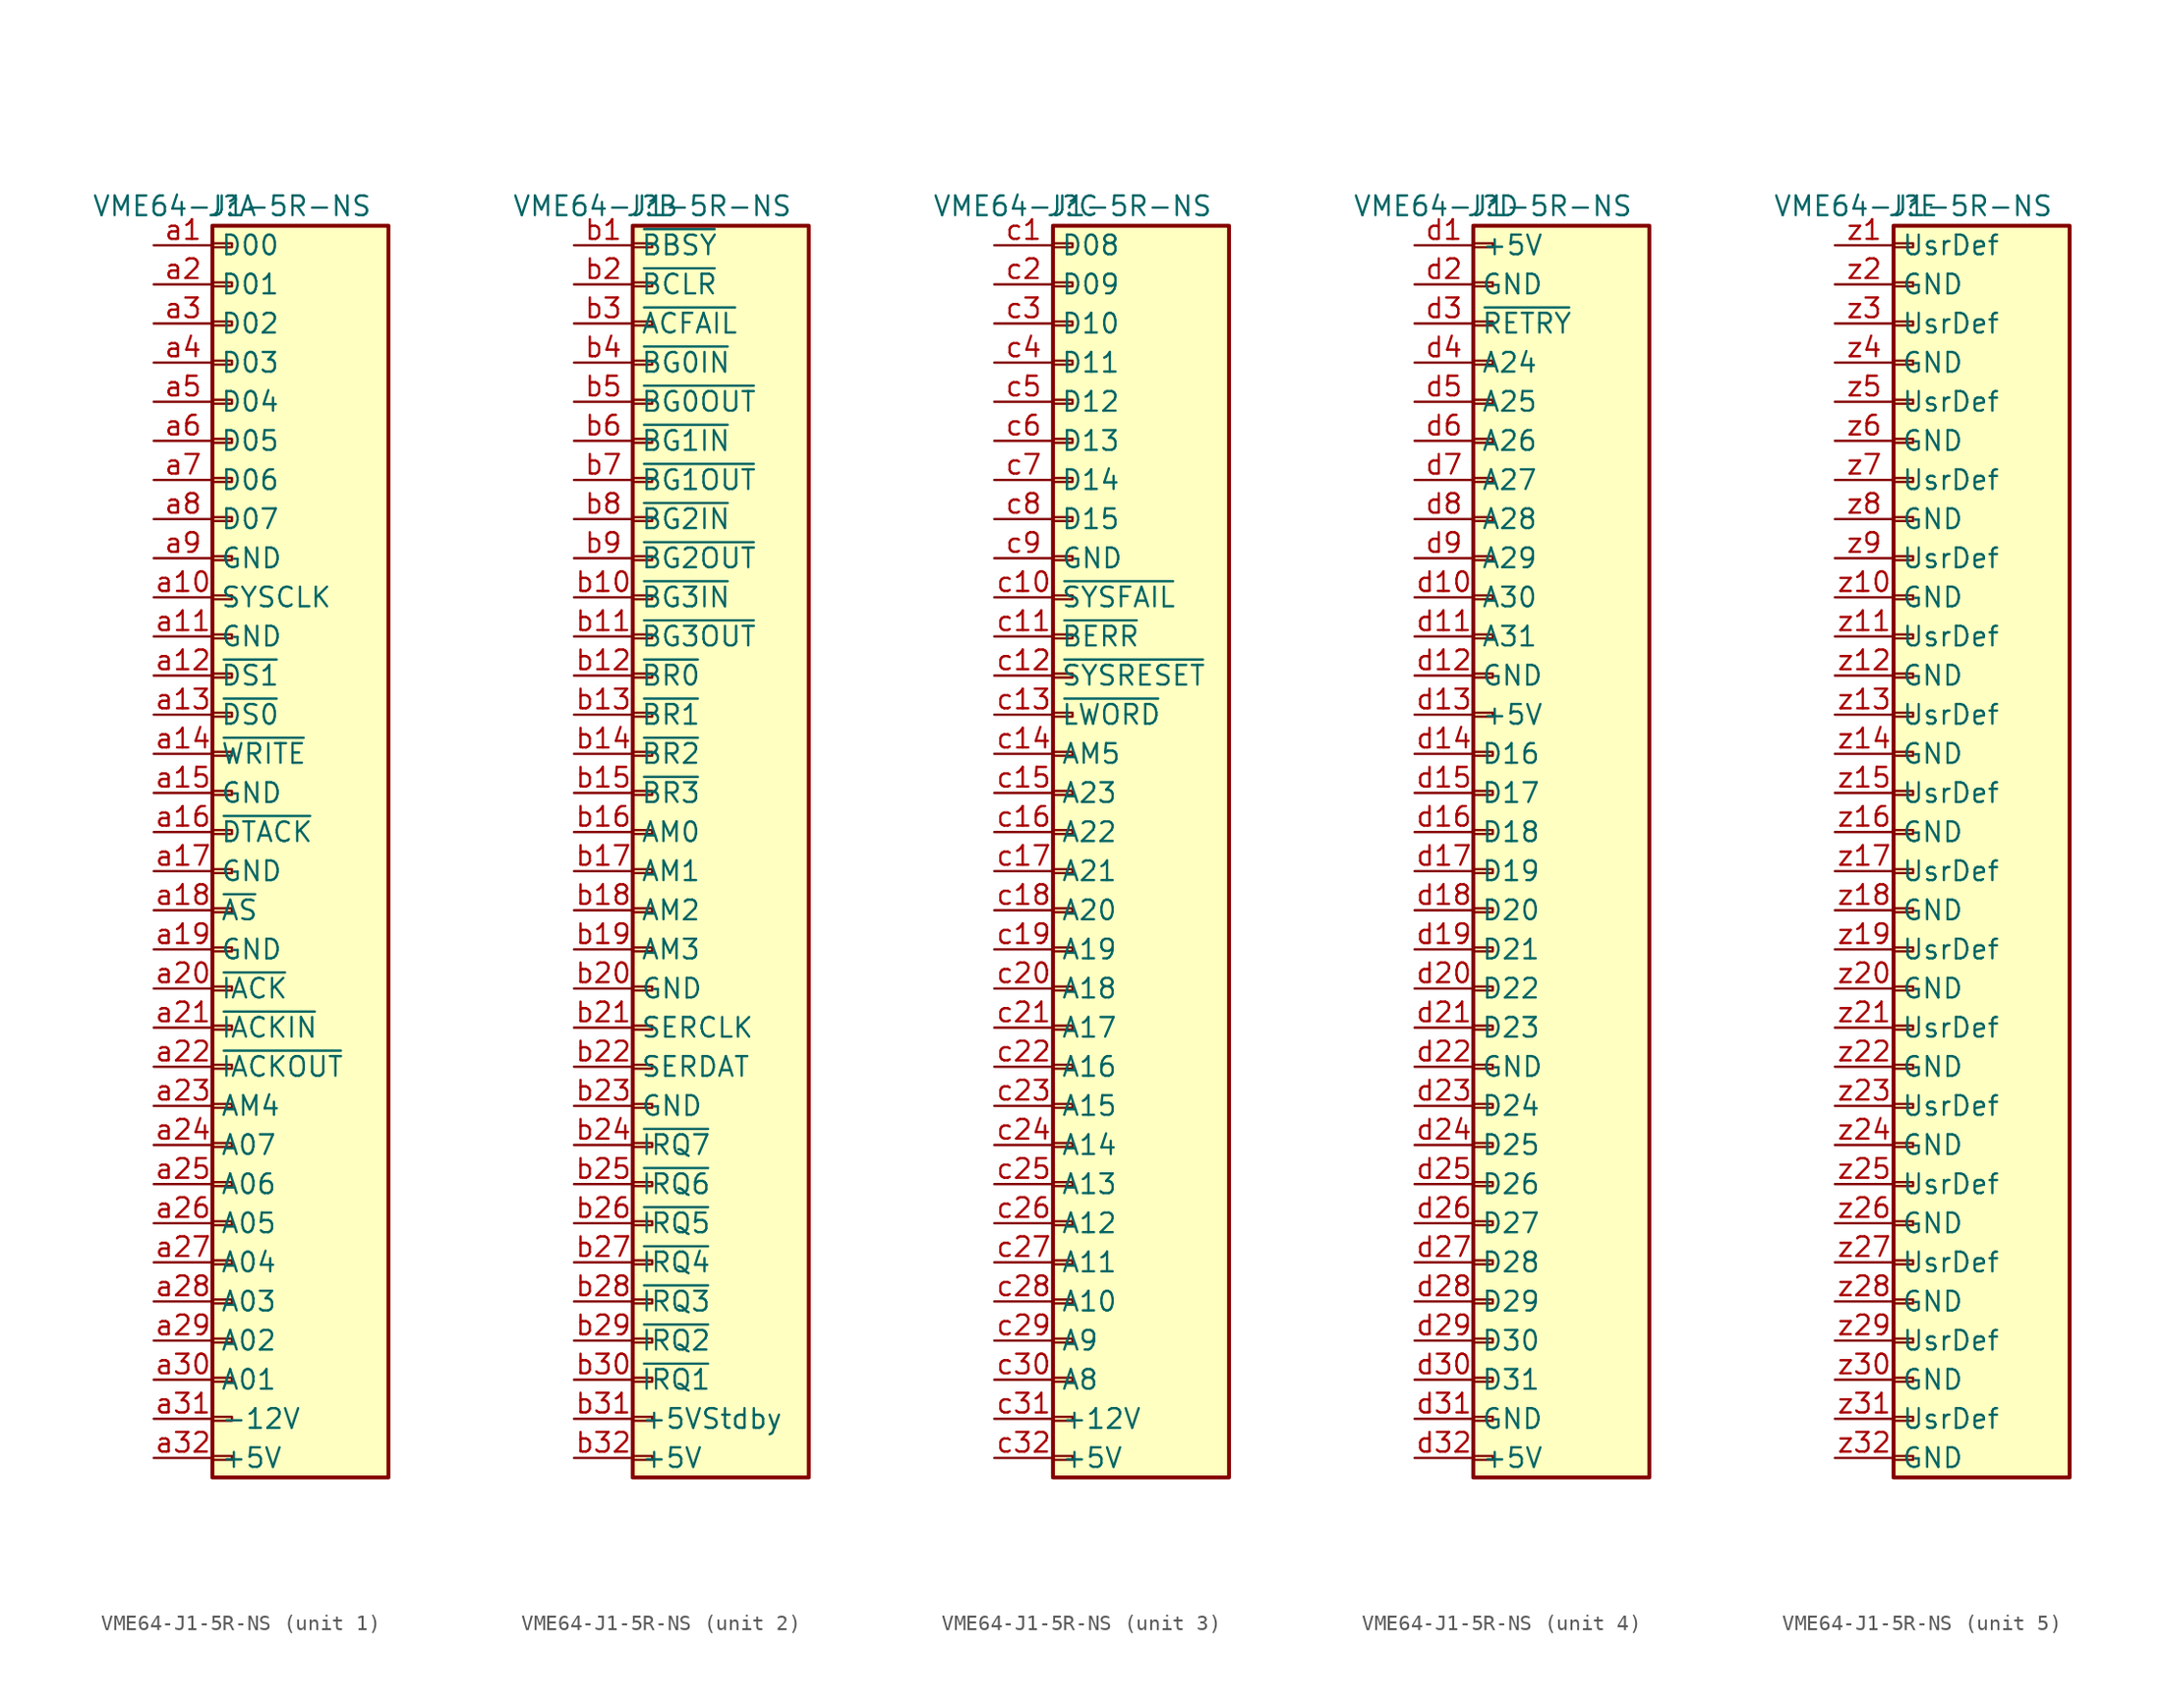
<source format=kicad_sym>
(kicad_symbol_lib
  (version 20231120)
  (generator "kicad_symbol_editor")
  (generator_version "8.0")
  (symbol "VME64-J1-5R-NS"
    (property "Reference" "J"
      (at 0 40.64 0)
      (effects (font (size 1.27 1.27))))
    (property "Value" "VME64-J1-5R-NS"
      (at 0 40.64 0)
      (effects (font (size 1.27 1.27))))
    (property "ki_locked" ""
      (at 0 0 0)
      (effects (font (size 1.27 1.27))))
    (symbol "VME64-J1-5R-NS_1_1"
      (rectangle (start -1.27 -40.513) (end 0 -40.767) (stroke (width 0.152) (type default)) (fill (type none)))
      (rectangle (start -1.27 -37.973) (end 0 -38.227) (stroke (width 0.152) (type default)) (fill (type none)))
      (rectangle (start -1.27 -35.433) (end 0 -35.687) (stroke (width 0.152) (type default)) (fill (type none)))
      (rectangle (start -1.27 -32.893) (end 0 -33.147) (stroke (width 0.152) (type default)) (fill (type none)))
      (rectangle (start -1.27 -30.353) (end 0 -30.607) (stroke (width 0.152) (type default)) (fill (type none)))
      (rectangle (start -1.27 -27.813) (end 0 -28.067) (stroke (width 0.152) (type default)) (fill (type none)))
      (rectangle (start -1.27 -25.273) (end 0 -25.527) (stroke (width 0.152) (type default)) (fill (type none)))
      (rectangle (start -1.27 -22.733) (end 0 -22.987) (stroke (width 0.152) (type default)) (fill (type none)))
      (rectangle (start -1.27 -20.193) (end 0 -20.447) (stroke (width 0.152) (type default)) (fill (type none)))
      (rectangle (start -1.27 -17.653) (end 0 -17.907) (stroke (width 0.152) (type default)) (fill (type none)))
      (rectangle (start -1.27 -15.113) (end 0 -15.367) (stroke (width 0.152) (type default)) (fill (type none)))
      (rectangle (start -1.27 -12.573) (end 0 -12.827) (stroke (width 0.152) (type default)) (fill (type none)))
      (rectangle (start -1.27 -10.033) (end 0 -10.287) (stroke (width 0.152) (type default)) (fill (type none)))
      (rectangle (start -1.27 -7.493) (end 0 -7.747) (stroke (width 0.152) (type default)) (fill (type none)))
      (rectangle (start -1.27 -4.953) (end 0 -5.207) (stroke (width 0.152) (type default)) (fill (type none)))
      (rectangle (start -1.27 -2.413) (end 0 -2.667) (stroke (width 0.152) (type default)) (fill (type none)))
      (rectangle (start -1.27 0.127) (end 0 -0.127) (stroke (width 0.152) (type default)) (fill (type none)))
      (rectangle (start -1.27 2.667) (end 0 2.413) (stroke (width 0.152) (type default)) (fill (type none)))
      (rectangle (start -1.27 5.207) (end 0 4.953) (stroke (width 0.152) (type default)) (fill (type none)))
      (rectangle (start -1.27 7.747) (end 0 7.493) (stroke (width 0.152) (type default)) (fill (type none)))
      (rectangle (start -1.27 10.287) (end 0 10.033) (stroke (width 0.152) (type default)) (fill (type none)))
      (rectangle (start -1.27 12.827) (end 0 12.573) (stroke (width 0.152) (type default)) (fill (type none)))
      (rectangle (start -1.27 15.367) (end 0 15.113) (stroke (width 0.152) (type default)) (fill (type none)))
      (rectangle (start -1.27 17.907) (end 0 17.653) (stroke (width 0.152) (type default)) (fill (type none)))
      (rectangle (start -1.27 20.447) (end 0 20.193) (stroke (width 0.152) (type default)) (fill (type none)))
      (rectangle (start -1.27 22.987) (end 0 22.733) (stroke (width 0.152) (type default)) (fill (type none)))
      (rectangle (start -1.27 25.527) (end 0 25.273) (stroke (width 0.152) (type default)) (fill (type none)))
      (rectangle (start -1.27 28.067) (end 0 27.813) (stroke (width 0.152) (type default)) (fill (type none)))
      (rectangle (start -1.27 30.607) (end 0 30.353) (stroke (width 0.152) (type default)) (fill (type none)))
      (rectangle (start -1.27 33.147) (end 0 32.893) (stroke (width 0.152) (type default)) (fill (type none)))
      (rectangle (start -1.27 35.687) (end 0 35.433) (stroke (width 0.152) (type default)) (fill (type none)))
      (rectangle (start -1.27 38.227) (end 0 37.973) (stroke (width 0.152) (type default)) (fill (type none)))
      (rectangle (start -1.27 39.37) (end 10.16 -41.91) (stroke (width 0.254) (type default)) (fill (type background)))
      (pin bidirectional line (at -5.08 38.1 0) (length 3.81) (name "D00" (effects (font (size 1.27 1.27)))) (number "a1" (effects (font (size 1.27 1.27)))))
      (pin output line (at -5.08 15.24 0) (length 3.81) (name "SYSCLK" (effects (font (size 1.27 1.27)))) (number "a10" (effects (font (size 1.27 1.27)))))
      (pin power_out line (at -5.08 12.7 0) (length 3.81) (name "GND" (effects (font (size 1.27 1.27)))) (number "a11" (effects (font (size 1.27 1.27)))))
      (pin bidirectional line (at -5.08 10.16 0) (length 3.81) (name "~{DS1}" (effects (font (size 1.27 1.27)))) (number "a12" (effects (font (size 1.27 1.27)))))
      (pin bidirectional line (at -5.08 7.62 0) (length 3.81) (name "~{DS0}" (effects (font (size 1.27 1.27)))) (number "a13" (effects (font (size 1.27 1.27)))))
      (pin bidirectional line (at -5.08 5.08 0) (length 3.81) (name "~{WRITE}" (effects (font (size 1.27 1.27)))) (number "a14" (effects (font (size 1.27 1.27)))))
      (pin power_out line (at -5.08 2.54 0) (length 3.81) (name "GND" (effects (font (size 1.27 1.27)))) (number "a15" (effects (font (size 1.27 1.27)))))
      (pin bidirectional line (at -5.08 0 0) (length 3.81) (name "~{DTACK}" (effects (font (size 1.27 1.27)))) (number "a16" (effects (font (size 1.27 1.27)))))
      (pin power_out line (at -5.08 -2.54 0) (length 3.81) (name "GND" (effects (font (size 1.27 1.27)))) (number "a17" (effects (font (size 1.27 1.27)))))
      (pin bidirectional line (at -5.08 -5.08 0) (length 3.81) (name "~{AS}" (effects (font (size 1.27 1.27)))) (number "a18" (effects (font (size 1.27 1.27)))))
      (pin power_out line (at -5.08 -7.62 0) (length 3.81) (name "GND" (effects (font (size 1.27 1.27)))) (number "a19" (effects (font (size 1.27 1.27)))))
      (pin bidirectional line (at -5.08 35.56 0) (length 3.81) (name "D01" (effects (font (size 1.27 1.27)))) (number "a2" (effects (font (size 1.27 1.27)))))
      (pin bidirectional line (at -5.08 -10.16 0) (length 3.81) (name "~{IACK}" (effects (font (size 1.27 1.27)))) (number "a20" (effects (font (size 1.27 1.27)))))
      (pin input line (at -5.08 -12.7 0) (length 3.81) (name "~{IACKIN}" (effects (font (size 1.27 1.27)))) (number "a21" (effects (font (size 1.27 1.27)))))
      (pin output line (at -5.08 -15.24 0) (length 3.81) (name "~{IACKOUT}" (effects (font (size 1.27 1.27)))) (number "a22" (effects (font (size 1.27 1.27)))))
      (pin bidirectional line (at -5.08 -17.78 0) (length 3.81) (name "AM4" (effects (font (size 1.27 1.27)))) (number "a23" (effects (font (size 1.27 1.27)))))
      (pin bidirectional line (at -5.08 -20.32 0) (length 3.81) (name "A07" (effects (font (size 1.27 1.27)))) (number "a24" (effects (font (size 1.27 1.27)))))
      (pin bidirectional line (at -5.08 -22.86 0) (length 3.81) (name "A06" (effects (font (size 1.27 1.27)))) (number "a25" (effects (font (size 1.27 1.27)))))
      (pin bidirectional line (at -5.08 -25.4 0) (length 3.81) (name "A05" (effects (font (size 1.27 1.27)))) (number "a26" (effects (font (size 1.27 1.27)))))
      (pin bidirectional line (at -5.08 -27.94 0) (length 3.81) (name "A04" (effects (font (size 1.27 1.27)))) (number "a27" (effects (font (size 1.27 1.27)))))
      (pin bidirectional line (at -5.08 -30.48 0) (length 3.81) (name "A03" (effects (font (size 1.27 1.27)))) (number "a28" (effects (font (size 1.27 1.27)))))
      (pin bidirectional line (at -5.08 -33.02 0) (length 3.81) (name "A02" (effects (font (size 1.27 1.27)))) (number "a29" (effects (font (size 1.27 1.27)))))
      (pin bidirectional line (at -5.08 33.02 0) (length 3.81) (name "D02" (effects (font (size 1.27 1.27)))) (number "a3" (effects (font (size 1.27 1.27)))))
      (pin bidirectional line (at -5.08 -35.56 0) (length 3.81) (name "A01" (effects (font (size 1.27 1.27)))) (number "a30" (effects (font (size 1.27 1.27)))))
      (pin power_out line (at -5.08 -38.1 0) (length 3.81) (name "-12V" (effects (font (size 1.27 1.27)))) (number "a31" (effects (font (size 1.27 1.27)))))
      (pin power_out line (at -5.08 -40.64 0) (length 3.81) (name "+5V" (effects (font (size 1.27 1.27)))) (number "a32" (effects (font (size 1.27 1.27)))))
      (pin bidirectional line (at -5.08 30.48 0) (length 3.81) (name "D03" (effects (font (size 1.27 1.27)))) (number "a4" (effects (font (size 1.27 1.27)))))
      (pin bidirectional line (at -5.08 27.94 0) (length 3.81) (name "D04" (effects (font (size 1.27 1.27)))) (number "a5" (effects (font (size 1.27 1.27)))))
      (pin bidirectional line (at -5.08 25.4 0) (length 3.81) (name "D05" (effects (font (size 1.27 1.27)))) (number "a6" (effects (font (size 1.27 1.27)))))
      (pin bidirectional line (at -5.08 22.86 0) (length 3.81) (name "D06" (effects (font (size 1.27 1.27)))) (number "a7" (effects (font (size 1.27 1.27)))))
      (pin bidirectional line (at -5.08 20.32 0) (length 3.81) (name "D07" (effects (font (size 1.27 1.27)))) (number "a8" (effects (font (size 1.27 1.27)))))
      (pin power_out line (at -5.08 17.78 0) (length 3.81) (name "GND" (effects (font (size 1.27 1.27)))) (number "a9" (effects (font (size 1.27 1.27))))))
    (symbol "VME64-J1-5R-NS_2_1"
      (rectangle (start -1.27 -40.513) (end 0 -40.767) (stroke (width 0.152) (type default)) (fill (type none)))
      (rectangle (start -1.27 -37.973) (end 0 -38.227) (stroke (width 0.152) (type default)) (fill (type none)))
      (rectangle (start -1.27 -35.433) (end 0 -35.687) (stroke (width 0.152) (type default)) (fill (type none)))
      (rectangle (start -1.27 -32.893) (end 0 -33.147) (stroke (width 0.152) (type default)) (fill (type none)))
      (rectangle (start -1.27 -30.353) (end 0 -30.607) (stroke (width 0.152) (type default)) (fill (type none)))
      (rectangle (start -1.27 -27.813) (end 0 -28.067) (stroke (width 0.152) (type default)) (fill (type none)))
      (rectangle (start -1.27 -25.273) (end 0 -25.527) (stroke (width 0.152) (type default)) (fill (type none)))
      (rectangle (start -1.27 -22.733) (end 0 -22.987) (stroke (width 0.152) (type default)) (fill (type none)))
      (rectangle (start -1.27 -20.193) (end 0 -20.447) (stroke (width 0.152) (type default)) (fill (type none)))
      (rectangle (start -1.27 -17.653) (end 0 -17.907) (stroke (width 0.152) (type default)) (fill (type none)))
      (rectangle (start -1.27 -15.113) (end 0 -15.367) (stroke (width 0.152) (type default)) (fill (type none)))
      (rectangle (start -1.27 -12.573) (end 0 -12.827) (stroke (width 0.152) (type default)) (fill (type none)))
      (rectangle (start -1.27 -10.033) (end 0 -10.287) (stroke (width 0.152) (type default)) (fill (type none)))
      (rectangle (start -1.27 -7.493) (end 0 -7.747) (stroke (width 0.152) (type default)) (fill (type none)))
      (rectangle (start -1.27 -4.953) (end 0 -5.207) (stroke (width 0.152) (type default)) (fill (type none)))
      (rectangle (start -1.27 -2.413) (end 0 -2.667) (stroke (width 0.152) (type default)) (fill (type none)))
      (rectangle (start -1.27 0.127) (end 0 -0.127) (stroke (width 0.152) (type default)) (fill (type none)))
      (rectangle (start -1.27 2.667) (end 0 2.413) (stroke (width 0.152) (type default)) (fill (type none)))
      (rectangle (start -1.27 5.207) (end 0 4.953) (stroke (width 0.152) (type default)) (fill (type none)))
      (rectangle (start -1.27 7.747) (end 0 7.493) (stroke (width 0.152) (type default)) (fill (type none)))
      (rectangle (start -1.27 10.287) (end 0 10.033) (stroke (width 0.152) (type default)) (fill (type none)))
      (rectangle (start -1.27 12.827) (end 0 12.573) (stroke (width 0.152) (type default)) (fill (type none)))
      (rectangle (start -1.27 15.367) (end 0 15.113) (stroke (width 0.152) (type default)) (fill (type none)))
      (rectangle (start -1.27 17.907) (end 0 17.653) (stroke (width 0.152) (type default)) (fill (type none)))
      (rectangle (start -1.27 20.447) (end 0 20.193) (stroke (width 0.152) (type default)) (fill (type none)))
      (rectangle (start -1.27 22.987) (end 0 22.733) (stroke (width 0.152) (type default)) (fill (type none)))
      (rectangle (start -1.27 25.527) (end 0 25.273) (stroke (width 0.152) (type default)) (fill (type none)))
      (rectangle (start -1.27 28.067) (end 0 27.813) (stroke (width 0.152) (type default)) (fill (type none)))
      (rectangle (start -1.27 30.607) (end 0 30.353) (stroke (width 0.152) (type default)) (fill (type none)))
      (rectangle (start -1.27 33.147) (end 0 32.893) (stroke (width 0.152) (type default)) (fill (type none)))
      (rectangle (start -1.27 35.687) (end 0 35.433) (stroke (width 0.152) (type default)) (fill (type none)))
      (rectangle (start -1.27 38.227) (end 0 37.973) (stroke (width 0.152) (type default)) (fill (type none)))
      (rectangle (start -1.27 39.37) (end 10.16 -41.91) (stroke (width 0.254) (type default)) (fill (type background)))
      (pin bidirectional line (at -5.08 38.1 0) (length 3.81) (name "~{BBSY}" (effects (font (size 1.27 1.27)))) (number "b1" (effects (font (size 1.27 1.27)))))
      (pin input line (at -5.08 15.24 0) (length 3.81) (name "~{BG3IN}" (effects (font (size 1.27 1.27)))) (number "b10" (effects (font (size 1.27 1.27)))))
      (pin output line (at -5.08 12.7 0) (length 3.81) (name "~{BG3OUT}" (effects (font (size 1.27 1.27)))) (number "b11" (effects (font (size 1.27 1.27)))))
      (pin bidirectional line (at -5.08 10.16 0) (length 3.81) (name "~{BR0}" (effects (font (size 1.27 1.27)))) (number "b12" (effects (font (size 1.27 1.27)))))
      (pin bidirectional line (at -5.08 7.62 0) (length 3.81) (name "~{BR1}" (effects (font (size 1.27 1.27)))) (number "b13" (effects (font (size 1.27 1.27)))))
      (pin bidirectional line (at -5.08 5.08 0) (length 3.81) (name "~{BR2}" (effects (font (size 1.27 1.27)))) (number "b14" (effects (font (size 1.27 1.27)))))
      (pin bidirectional line (at -5.08 2.54 0) (length 3.81) (name "~{BR3}" (effects (font (size 1.27 1.27)))) (number "b15" (effects (font (size 1.27 1.27)))))
      (pin bidirectional line (at -5.08 0 0) (length 3.81) (name "AM0" (effects (font (size 1.27 1.27)))) (number "b16" (effects (font (size 1.27 1.27)))))
      (pin bidirectional line (at -5.08 -2.54 0) (length 3.81) (name "AM1" (effects (font (size 1.27 1.27)))) (number "b17" (effects (font (size 1.27 1.27)))))
      (pin bidirectional line (at -5.08 -5.08 0) (length 3.81) (name "AM2" (effects (font (size 1.27 1.27)))) (number "b18" (effects (font (size 1.27 1.27)))))
      (pin bidirectional line (at -5.08 -7.62 0) (length 3.81) (name "AM3" (effects (font (size 1.27 1.27)))) (number "b19" (effects (font (size 1.27 1.27)))))
      (pin bidirectional line (at -5.08 35.56 0) (length 3.81) (name "~{BCLR}" (effects (font (size 1.27 1.27)))) (number "b2" (effects (font (size 1.27 1.27)))))
      (pin power_out line (at -5.08 -10.16 0) (length 3.81) (name "GND" (effects (font (size 1.27 1.27)))) (number "b20" (effects (font (size 1.27 1.27)))))
      (pin bidirectional line (at -5.08 -12.7 0) (length 3.81) (name "SERCLK" (effects (font (size 1.27 1.27)))) (number "b21" (effects (font (size 1.27 1.27)))))
      (pin bidirectional line (at -5.08 -15.24 0) (length 3.81) (name "SERDAT" (effects (font (size 1.27 1.27)))) (number "b22" (effects (font (size 1.27 1.27)))))
      (pin power_out line (at -5.08 -17.78 0) (length 3.81) (name "GND" (effects (font (size 1.27 1.27)))) (number "b23" (effects (font (size 1.27 1.27)))))
      (pin bidirectional line (at -5.08 -20.32 0) (length 3.81) (name "~{IRQ7}" (effects (font (size 1.27 1.27)))) (number "b24" (effects (font (size 1.27 1.27)))))
      (pin bidirectional line (at -5.08 -22.86 0) (length 3.81) (name "~{IRQ6}" (effects (font (size 1.27 1.27)))) (number "b25" (effects (font (size 1.27 1.27)))))
      (pin bidirectional line (at -5.08 -25.4 0) (length 3.81) (name "~{IRQ5}" (effects (font (size 1.27 1.27)))) (number "b26" (effects (font (size 1.27 1.27)))))
      (pin bidirectional line (at -5.08 -27.94 0) (length 3.81) (name "~{IRQ4}" (effects (font (size 1.27 1.27)))) (number "b27" (effects (font (size 1.27 1.27)))))
      (pin bidirectional line (at -5.08 -30.48 0) (length 3.81) (name "~{IRQ3}" (effects (font (size 1.27 1.27)))) (number "b28" (effects (font (size 1.27 1.27)))))
      (pin bidirectional line (at -5.08 -33.02 0) (length 3.81) (name "~{IRQ2}" (effects (font (size 1.27 1.27)))) (number "b29" (effects (font (size 1.27 1.27)))))
      (pin output line (at -5.08 33.02 0) (length 3.81) (name "~{ACFAIL}" (effects (font (size 1.27 1.27)))) (number "b3" (effects (font (size 1.27 1.27)))))
      (pin bidirectional line (at -5.08 -35.56 0) (length 3.81) (name "~{IRQ1}" (effects (font (size 1.27 1.27)))) (number "b30" (effects (font (size 1.27 1.27)))))
      (pin power_out line (at -5.08 -38.1 0) (length 3.81) (name "+5VStdby" (effects (font (size 1.27 1.27)))) (number "b31" (effects (font (size 1.27 1.27)))))
      (pin power_out line (at -5.08 -40.64 0) (length 3.81) (name "+5V" (effects (font (size 1.27 1.27)))) (number "b32" (effects (font (size 1.27 1.27)))))
      (pin input line (at -5.08 30.48 0) (length 3.81) (name "~{BG0IN}" (effects (font (size 1.27 1.27)))) (number "b4" (effects (font (size 1.27 1.27)))))
      (pin output line (at -5.08 27.94 0) (length 3.81) (name "~{BG0OUT}" (effects (font (size 1.27 1.27)))) (number "b5" (effects (font (size 1.27 1.27)))))
      (pin input line (at -5.08 25.4 0) (length 3.81) (name "~{BG1IN}" (effects (font (size 1.27 1.27)))) (number "b6" (effects (font (size 1.27 1.27)))))
      (pin output line (at -5.08 22.86 0) (length 3.81) (name "~{BG1OUT}" (effects (font (size 1.27 1.27)))) (number "b7" (effects (font (size 1.27 1.27)))))
      (pin input line (at -5.08 20.32 0) (length 3.81) (name "~{BG2IN}" (effects (font (size 1.27 1.27)))) (number "b8" (effects (font (size 1.27 1.27)))))
      (pin output line (at -5.08 17.78 0) (length 3.81) (name "~{BG2OUT}" (effects (font (size 1.27 1.27)))) (number "b9" (effects (font (size 1.27 1.27))))))
    (symbol "VME64-J1-5R-NS_3_1"
      (rectangle (start -1.27 -40.513) (end 0 -40.767) (stroke (width 0.152) (type default)) (fill (type none)))
      (rectangle (start -1.27 -37.973) (end 0 -38.227) (stroke (width 0.152) (type default)) (fill (type none)))
      (rectangle (start -1.27 -35.433) (end 0 -35.687) (stroke (width 0.152) (type default)) (fill (type none)))
      (rectangle (start -1.27 -32.893) (end 0 -33.147) (stroke (width 0.152) (type default)) (fill (type none)))
      (rectangle (start -1.27 -30.353) (end 0 -30.607) (stroke (width 0.152) (type default)) (fill (type none)))
      (rectangle (start -1.27 -27.813) (end 0 -28.067) (stroke (width 0.152) (type default)) (fill (type none)))
      (rectangle (start -1.27 -25.273) (end 0 -25.527) (stroke (width 0.152) (type default)) (fill (type none)))
      (rectangle (start -1.27 -22.733) (end 0 -22.987) (stroke (width 0.152) (type default)) (fill (type none)))
      (rectangle (start -1.27 -20.193) (end 0 -20.447) (stroke (width 0.152) (type default)) (fill (type none)))
      (rectangle (start -1.27 -17.653) (end 0 -17.907) (stroke (width 0.152) (type default)) (fill (type none)))
      (rectangle (start -1.27 -15.113) (end 0 -15.367) (stroke (width 0.152) (type default)) (fill (type none)))
      (rectangle (start -1.27 -12.573) (end 0 -12.827) (stroke (width 0.152) (type default)) (fill (type none)))
      (rectangle (start -1.27 -10.033) (end 0 -10.287) (stroke (width 0.152) (type default)) (fill (type none)))
      (rectangle (start -1.27 -7.493) (end 0 -7.747) (stroke (width 0.152) (type default)) (fill (type none)))
      (rectangle (start -1.27 -4.953) (end 0 -5.207) (stroke (width 0.152) (type default)) (fill (type none)))
      (rectangle (start -1.27 -2.413) (end 0 -2.667) (stroke (width 0.152) (type default)) (fill (type none)))
      (rectangle (start -1.27 0.127) (end 0 -0.127) (stroke (width 0.152) (type default)) (fill (type none)))
      (rectangle (start -1.27 2.667) (end 0 2.413) (stroke (width 0.152) (type default)) (fill (type none)))
      (rectangle (start -1.27 5.207) (end 0 4.953) (stroke (width 0.152) (type default)) (fill (type none)))
      (rectangle (start -1.27 7.747) (end 0 7.493) (stroke (width 0.152) (type default)) (fill (type none)))
      (rectangle (start -1.27 10.287) (end 0 10.033) (stroke (width 0.152) (type default)) (fill (type none)))
      (rectangle (start -1.27 12.827) (end 0 12.573) (stroke (width 0.152) (type default)) (fill (type none)))
      (rectangle (start -1.27 15.367) (end 0 15.113) (stroke (width 0.152) (type default)) (fill (type none)))
      (rectangle (start -1.27 17.907) (end 0 17.653) (stroke (width 0.152) (type default)) (fill (type none)))
      (rectangle (start -1.27 20.447) (end 0 20.193) (stroke (width 0.152) (type default)) (fill (type none)))
      (rectangle (start -1.27 22.987) (end 0 22.733) (stroke (width 0.152) (type default)) (fill (type none)))
      (rectangle (start -1.27 25.527) (end 0 25.273) (stroke (width 0.152) (type default)) (fill (type none)))
      (rectangle (start -1.27 28.067) (end 0 27.813) (stroke (width 0.152) (type default)) (fill (type none)))
      (rectangle (start -1.27 30.607) (end 0 30.353) (stroke (width 0.152) (type default)) (fill (type none)))
      (rectangle (start -1.27 33.147) (end 0 32.893) (stroke (width 0.152) (type default)) (fill (type none)))
      (rectangle (start -1.27 35.687) (end 0 35.433) (stroke (width 0.152) (type default)) (fill (type none)))
      (rectangle (start -1.27 38.227) (end 0 37.973) (stroke (width 0.152) (type default)) (fill (type none)))
      (rectangle (start -1.27 39.37) (end 10.16 -41.91) (stroke (width 0.254) (type default)) (fill (type background)))
      (pin bidirectional line (at -5.08 38.1 0) (length 3.81) (name "D08" (effects (font (size 1.27 1.27)))) (number "c1" (effects (font (size 1.27 1.27)))))
      (pin bidirectional line (at -5.08 15.24 0) (length 3.81) (name "~{SYSFAIL}" (effects (font (size 1.27 1.27)))) (number "c10" (effects (font (size 1.27 1.27)))))
      (pin bidirectional line (at -5.08 12.7 0) (length 3.81) (name "~{BERR}" (effects (font (size 1.27 1.27)))) (number "c11" (effects (font (size 1.27 1.27)))))
      (pin bidirectional line (at -5.08 10.16 0) (length 3.81) (name "~{SYSRESET}" (effects (font (size 1.27 1.27)))) (number "c12" (effects (font (size 1.27 1.27)))))
      (pin bidirectional line (at -5.08 7.62 0) (length 3.81) (name "~{LWORD}" (effects (font (size 1.27 1.27)))) (number "c13" (effects (font (size 1.27 1.27)))))
      (pin bidirectional line (at -5.08 5.08 0) (length 3.81) (name "AM5" (effects (font (size 1.27 1.27)))) (number "c14" (effects (font (size 1.27 1.27)))))
      (pin bidirectional line (at -5.08 2.54 0) (length 3.81) (name "A23" (effects (font (size 1.27 1.27)))) (number "c15" (effects (font (size 1.27 1.27)))))
      (pin bidirectional line (at -5.08 0 0) (length 3.81) (name "A22" (effects (font (size 1.27 1.27)))) (number "c16" (effects (font (size 1.27 1.27)))))
      (pin bidirectional line (at -5.08 -2.54 0) (length 3.81) (name "A21" (effects (font (size 1.27 1.27)))) (number "c17" (effects (font (size 1.27 1.27)))))
      (pin bidirectional line (at -5.08 -5.08 0) (length 3.81) (name "A20" (effects (font (size 1.27 1.27)))) (number "c18" (effects (font (size 1.27 1.27)))))
      (pin bidirectional line (at -5.08 -7.62 0) (length 3.81) (name "A19" (effects (font (size 1.27 1.27)))) (number "c19" (effects (font (size 1.27 1.27)))))
      (pin bidirectional line (at -5.08 35.56 0) (length 3.81) (name "D09" (effects (font (size 1.27 1.27)))) (number "c2" (effects (font (size 1.27 1.27)))))
      (pin bidirectional line (at -5.08 -10.16 0) (length 3.81) (name "A18" (effects (font (size 1.27 1.27)))) (number "c20" (effects (font (size 1.27 1.27)))))
      (pin bidirectional line (at -5.08 -12.7 0) (length 3.81) (name "A17" (effects (font (size 1.27 1.27)))) (number "c21" (effects (font (size 1.27 1.27)))))
      (pin bidirectional line (at -5.08 -15.24 0) (length 3.81) (name "A16" (effects (font (size 1.27 1.27)))) (number "c22" (effects (font (size 1.27 1.27)))))
      (pin bidirectional line (at -5.08 -17.78 0) (length 3.81) (name "A15" (effects (font (size 1.27 1.27)))) (number "c23" (effects (font (size 1.27 1.27)))))
      (pin bidirectional line (at -5.08 -20.32 0) (length 3.81) (name "A14" (effects (font (size 1.27 1.27)))) (number "c24" (effects (font (size 1.27 1.27)))))
      (pin bidirectional line (at -5.08 -22.86 0) (length 3.81) (name "A13" (effects (font (size 1.27 1.27)))) (number "c25" (effects (font (size 1.27 1.27)))))
      (pin bidirectional line (at -5.08 -25.4 0) (length 3.81) (name "A12" (effects (font (size 1.27 1.27)))) (number "c26" (effects (font (size 1.27 1.27)))))
      (pin bidirectional line (at -5.08 -27.94 0) (length 3.81) (name "A11" (effects (font (size 1.27 1.27)))) (number "c27" (effects (font (size 1.27 1.27)))))
      (pin bidirectional line (at -5.08 -30.48 0) (length 3.81) (name "A10" (effects (font (size 1.27 1.27)))) (number "c28" (effects (font (size 1.27 1.27)))))
      (pin bidirectional line (at -5.08 -33.02 0) (length 3.81) (name "A9" (effects (font (size 1.27 1.27)))) (number "c29" (effects (font (size 1.27 1.27)))))
      (pin bidirectional line (at -5.08 33.02 0) (length 3.81) (name "D10" (effects (font (size 1.27 1.27)))) (number "c3" (effects (font (size 1.27 1.27)))))
      (pin bidirectional line (at -5.08 -35.56 0) (length 3.81) (name "A8" (effects (font (size 1.27 1.27)))) (number "c30" (effects (font (size 1.27 1.27)))))
      (pin power_out line (at -5.08 -38.1 0) (length 3.81) (name "+12V" (effects (font (size 1.27 1.27)))) (number "c31" (effects (font (size 1.27 1.27)))))
      (pin power_out line (at -5.08 -40.64 0) (length 3.81) (name "+5V" (effects (font (size 1.27 1.27)))) (number "c32" (effects (font (size 1.27 1.27)))))
      (pin bidirectional line (at -5.08 30.48 0) (length 3.81) (name "D11" (effects (font (size 1.27 1.27)))) (number "c4" (effects (font (size 1.27 1.27)))))
      (pin bidirectional line (at -5.08 27.94 0) (length 3.81) (name "D12" (effects (font (size 1.27 1.27)))) (number "c5" (effects (font (size 1.27 1.27)))))
      (pin bidirectional line (at -5.08 25.4 0) (length 3.81) (name "D13" (effects (font (size 1.27 1.27)))) (number "c6" (effects (font (size 1.27 1.27)))))
      (pin bidirectional line (at -5.08 22.86 0) (length 3.81) (name "D14" (effects (font (size 1.27 1.27)))) (number "c7" (effects (font (size 1.27 1.27)))))
      (pin bidirectional line (at -5.08 20.32 0) (length 3.81) (name "D15" (effects (font (size 1.27 1.27)))) (number "c8" (effects (font (size 1.27 1.27)))))
      (pin power_out line (at -5.08 17.78 0) (length 3.81) (name "GND" (effects (font (size 1.27 1.27)))) (number "c9" (effects (font (size 1.27 1.27))))))
    (symbol "VME64-J1-5R-NS_4_1"
      (rectangle (start -1.27 -40.513) (end 0 -40.767) (stroke (width 0.152) (type default)) (fill (type none)))
      (rectangle (start -1.27 -37.973) (end 0 -38.227) (stroke (width 0.152) (type default)) (fill (type none)))
      (rectangle (start -1.27 -35.433) (end 0 -35.687) (stroke (width 0.152) (type default)) (fill (type none)))
      (rectangle (start -1.27 -32.893) (end 0 -33.147) (stroke (width 0.152) (type default)) (fill (type none)))
      (rectangle (start -1.27 -30.353) (end 0 -30.607) (stroke (width 0.152) (type default)) (fill (type none)))
      (rectangle (start -1.27 -27.813) (end 0 -28.067) (stroke (width 0.152) (type default)) (fill (type none)))
      (rectangle (start -1.27 -25.273) (end 0 -25.527) (stroke (width 0.152) (type default)) (fill (type none)))
      (rectangle (start -1.27 -22.733) (end 0 -22.987) (stroke (width 0.152) (type default)) (fill (type none)))
      (rectangle (start -1.27 -20.193) (end 0 -20.447) (stroke (width 0.152) (type default)) (fill (type none)))
      (rectangle (start -1.27 -17.653) (end 0 -17.907) (stroke (width 0.152) (type default)) (fill (type none)))
      (rectangle (start -1.27 -15.113) (end 0 -15.367) (stroke (width 0.152) (type default)) (fill (type none)))
      (rectangle (start -1.27 -12.573) (end 0 -12.827) (stroke (width 0.152) (type default)) (fill (type none)))
      (rectangle (start -1.27 -10.033) (end 0 -10.287) (stroke (width 0.152) (type default)) (fill (type none)))
      (rectangle (start -1.27 -7.493) (end 0 -7.747) (stroke (width 0.152) (type default)) (fill (type none)))
      (rectangle (start -1.27 -4.953) (end 0 -5.207) (stroke (width 0.152) (type default)) (fill (type none)))
      (rectangle (start -1.27 -2.413) (end 0 -2.667) (stroke (width 0.152) (type default)) (fill (type none)))
      (rectangle (start -1.27 0.127) (end 0 -0.127) (stroke (width 0.152) (type default)) (fill (type none)))
      (rectangle (start -1.27 2.667) (end 0 2.413) (stroke (width 0.152) (type default)) (fill (type none)))
      (rectangle (start -1.27 5.207) (end 0 4.953) (stroke (width 0.152) (type default)) (fill (type none)))
      (rectangle (start -1.27 7.747) (end 0 7.493) (stroke (width 0.152) (type default)) (fill (type none)))
      (rectangle (start -1.27 10.287) (end 0 10.033) (stroke (width 0.152) (type default)) (fill (type none)))
      (rectangle (start -1.27 12.827) (end 0 12.573) (stroke (width 0.152) (type default)) (fill (type none)))
      (rectangle (start -1.27 15.367) (end 0 15.113) (stroke (width 0.152) (type default)) (fill (type none)))
      (rectangle (start -1.27 17.907) (end 0 17.653) (stroke (width 0.152) (type default)) (fill (type none)))
      (rectangle (start -1.27 20.447) (end 0 20.193) (stroke (width 0.152) (type default)) (fill (type none)))
      (rectangle (start -1.27 22.987) (end 0 22.733) (stroke (width 0.152) (type default)) (fill (type none)))
      (rectangle (start -1.27 25.527) (end 0 25.273) (stroke (width 0.152) (type default)) (fill (type none)))
      (rectangle (start -1.27 28.067) (end 0 27.813) (stroke (width 0.152) (type default)) (fill (type none)))
      (rectangle (start -1.27 30.607) (end 0 30.353) (stroke (width 0.152) (type default)) (fill (type none)))
      (rectangle (start -1.27 33.147) (end 0 32.893) (stroke (width 0.152) (type default)) (fill (type none)))
      (rectangle (start -1.27 35.687) (end 0 35.433) (stroke (width 0.152) (type default)) (fill (type none)))
      (rectangle (start -1.27 38.227) (end 0 37.973) (stroke (width 0.152) (type default)) (fill (type none)))
      (rectangle (start -1.27 39.37) (end 10.16 -41.91) (stroke (width 0.254) (type default)) (fill (type background)))
      (pin power_out line (at -5.08 38.1 0) (length 3.81) (name "+5V" (effects (font (size 1.27 1.27)))) (number "d1" (effects (font (size 1.27 1.27)))))
      (pin bidirectional line (at -5.08 15.24 0) (length 3.81) (name "A30" (effects (font (size 1.27 1.27)))) (number "d10" (effects (font (size 1.27 1.27)))))
      (pin bidirectional line (at -5.08 12.7 0) (length 3.81) (name "A31" (effects (font (size 1.27 1.27)))) (number "d11" (effects (font (size 1.27 1.27)))))
      (pin power_out line (at -5.08 10.16 0) (length 3.81) (name "GND" (effects (font (size 1.27 1.27)))) (number "d12" (effects (font (size 1.27 1.27)))))
      (pin power_out line (at -5.08 7.62 0) (length 3.81) (name "+5V" (effects (font (size 1.27 1.27)))) (number "d13" (effects (font (size 1.27 1.27)))))
      (pin bidirectional line (at -5.08 5.08 0) (length 3.81) (name "D16" (effects (font (size 1.27 1.27)))) (number "d14" (effects (font (size 1.27 1.27)))))
      (pin bidirectional line (at -5.08 2.54 0) (length 3.81) (name "D17" (effects (font (size 1.27 1.27)))) (number "d15" (effects (font (size 1.27 1.27)))))
      (pin bidirectional line (at -5.08 0 0) (length 3.81) (name "D18" (effects (font (size 1.27 1.27)))) (number "d16" (effects (font (size 1.27 1.27)))))
      (pin bidirectional line (at -5.08 -2.54 0) (length 3.81) (name "D19" (effects (font (size 1.27 1.27)))) (number "d17" (effects (font (size 1.27 1.27)))))
      (pin bidirectional line (at -5.08 -5.08 0) (length 3.81) (name "D20" (effects (font (size 1.27 1.27)))) (number "d18" (effects (font (size 1.27 1.27)))))
      (pin bidirectional line (at -5.08 -7.62 0) (length 3.81) (name "D21" (effects (font (size 1.27 1.27)))) (number "d19" (effects (font (size 1.27 1.27)))))
      (pin power_out line (at -5.08 35.56 0) (length 3.81) (name "GND" (effects (font (size 1.27 1.27)))) (number "d2" (effects (font (size 1.27 1.27)))))
      (pin bidirectional line (at -5.08 -10.16 0) (length 3.81) (name "D22" (effects (font (size 1.27 1.27)))) (number "d20" (effects (font (size 1.27 1.27)))))
      (pin bidirectional line (at -5.08 -12.7 0) (length 3.81) (name "D23" (effects (font (size 1.27 1.27)))) (number "d21" (effects (font (size 1.27 1.27)))))
      (pin power_out line (at -5.08 -15.24 0) (length 3.81) (name "GND" (effects (font (size 1.27 1.27)))) (number "d22" (effects (font (size 1.27 1.27)))))
      (pin bidirectional line (at -5.08 -17.78 0) (length 3.81) (name "D24" (effects (font (size 1.27 1.27)))) (number "d23" (effects (font (size 1.27 1.27)))))
      (pin bidirectional line (at -5.08 -20.32 0) (length 3.81) (name "D25" (effects (font (size 1.27 1.27)))) (number "d24" (effects (font (size 1.27 1.27)))))
      (pin bidirectional line (at -5.08 -22.86 0) (length 3.81) (name "D26" (effects (font (size 1.27 1.27)))) (number "d25" (effects (font (size 1.27 1.27)))))
      (pin bidirectional line (at -5.08 -25.4 0) (length 3.81) (name "D27" (effects (font (size 1.27 1.27)))) (number "d26" (effects (font (size 1.27 1.27)))))
      (pin bidirectional line (at -5.08 -27.94 0) (length 3.81) (name "D28" (effects (font (size 1.27 1.27)))) (number "d27" (effects (font (size 1.27 1.27)))))
      (pin bidirectional line (at -5.08 -30.48 0) (length 3.81) (name "D29" (effects (font (size 1.27 1.27)))) (number "d28" (effects (font (size 1.27 1.27)))))
      (pin bidirectional line (at -5.08 -33.02 0) (length 3.81) (name "D30" (effects (font (size 1.27 1.27)))) (number "d29" (effects (font (size 1.27 1.27)))))
      (pin bidirectional line (at -5.08 33.02 0) (length 3.81) (name "~{RETRY}" (effects (font (size 1.27 1.27)))) (number "d3" (effects (font (size 1.27 1.27)))))
      (pin bidirectional line (at -5.08 -35.56 0) (length 3.81) (name "D31" (effects (font (size 1.27 1.27)))) (number "d30" (effects (font (size 1.27 1.27)))))
      (pin power_out line (at -5.08 -38.1 0) (length 3.81) (name "GND" (effects (font (size 1.27 1.27)))) (number "d31" (effects (font (size 1.27 1.27)))))
      (pin power_out line (at -5.08 -40.64 0) (length 3.81) (name "+5V" (effects (font (size 1.27 1.27)))) (number "d32" (effects (font (size 1.27 1.27)))))
      (pin bidirectional line (at -5.08 30.48 0) (length 3.81) (name "A24" (effects (font (size 1.27 1.27)))) (number "d4" (effects (font (size 1.27 1.27)))))
      (pin bidirectional line (at -5.08 27.94 0) (length 3.81) (name "A25" (effects (font (size 1.27 1.27)))) (number "d5" (effects (font (size 1.27 1.27)))))
      (pin bidirectional line (at -5.08 25.4 0) (length 3.81) (name "A26" (effects (font (size 1.27 1.27)))) (number "d6" (effects (font (size 1.27 1.27)))))
      (pin bidirectional line (at -5.08 22.86 0) (length 3.81) (name "A27" (effects (font (size 1.27 1.27)))) (number "d7" (effects (font (size 1.27 1.27)))))
      (pin bidirectional line (at -5.08 20.32 0) (length 3.81) (name "A28" (effects (font (size 1.27 1.27)))) (number "d8" (effects (font (size 1.27 1.27)))))
      (pin bidirectional line (at -5.08 17.78 0) (length 3.81) (name "A29" (effects (font (size 1.27 1.27)))) (number "d9" (effects (font (size 1.27 1.27))))))
    (symbol "VME64-J1-5R-NS_5_1"
      (rectangle (start -1.27 -40.513) (end 0 -40.767) (stroke (width 0.152) (type default)) (fill (type none)))
      (rectangle (start -1.27 -37.973) (end 0 -38.227) (stroke (width 0.152) (type default)) (fill (type none)))
      (rectangle (start -1.27 -35.433) (end 0 -35.687) (stroke (width 0.152) (type default)) (fill (type none)))
      (rectangle (start -1.27 -32.893) (end 0 -33.147) (stroke (width 0.152) (type default)) (fill (type none)))
      (rectangle (start -1.27 -30.353) (end 0 -30.607) (stroke (width 0.152) (type default)) (fill (type none)))
      (rectangle (start -1.27 -27.813) (end 0 -28.067) (stroke (width 0.152) (type default)) (fill (type none)))
      (rectangle (start -1.27 -25.273) (end 0 -25.527) (stroke (width 0.152) (type default)) (fill (type none)))
      (rectangle (start -1.27 -22.733) (end 0 -22.987) (stroke (width 0.152) (type default)) (fill (type none)))
      (rectangle (start -1.27 -20.193) (end 0 -20.447) (stroke (width 0.152) (type default)) (fill (type none)))
      (rectangle (start -1.27 -17.653) (end 0 -17.907) (stroke (width 0.152) (type default)) (fill (type none)))
      (rectangle (start -1.27 -15.113) (end 0 -15.367) (stroke (width 0.152) (type default)) (fill (type none)))
      (rectangle (start -1.27 -12.573) (end 0 -12.827) (stroke (width 0.152) (type default)) (fill (type none)))
      (rectangle (start -1.27 -10.033) (end 0 -10.287) (stroke (width 0.152) (type default)) (fill (type none)))
      (rectangle (start -1.27 -7.493) (end 0 -7.747) (stroke (width 0.152) (type default)) (fill (type none)))
      (rectangle (start -1.27 -4.953) (end 0 -5.207) (stroke (width 0.152) (type default)) (fill (type none)))
      (rectangle (start -1.27 -2.413) (end 0 -2.667) (stroke (width 0.152) (type default)) (fill (type none)))
      (rectangle (start -1.27 0.127) (end 0 -0.127) (stroke (width 0.152) (type default)) (fill (type none)))
      (rectangle (start -1.27 2.667) (end 0 2.413) (stroke (width 0.152) (type default)) (fill (type none)))
      (rectangle (start -1.27 5.207) (end 0 4.953) (stroke (width 0.152) (type default)) (fill (type none)))
      (rectangle (start -1.27 7.747) (end 0 7.493) (stroke (width 0.152) (type default)) (fill (type none)))
      (rectangle (start -1.27 10.287) (end 0 10.033) (stroke (width 0.152) (type default)) (fill (type none)))
      (rectangle (start -1.27 12.827) (end 0 12.573) (stroke (width 0.152) (type default)) (fill (type none)))
      (rectangle (start -1.27 15.367) (end 0 15.113) (stroke (width 0.152) (type default)) (fill (type none)))
      (rectangle (start -1.27 17.907) (end 0 17.653) (stroke (width 0.152) (type default)) (fill (type none)))
      (rectangle (start -1.27 20.447) (end 0 20.193) (stroke (width 0.152) (type default)) (fill (type none)))
      (rectangle (start -1.27 22.987) (end 0 22.733) (stroke (width 0.152) (type default)) (fill (type none)))
      (rectangle (start -1.27 25.527) (end 0 25.273) (stroke (width 0.152) (type default)) (fill (type none)))
      (rectangle (start -1.27 28.067) (end 0 27.813) (stroke (width 0.152) (type default)) (fill (type none)))
      (rectangle (start -1.27 30.607) (end 0 30.353) (stroke (width 0.152) (type default)) (fill (type none)))
      (rectangle (start -1.27 33.147) (end 0 32.893) (stroke (width 0.152) (type default)) (fill (type none)))
      (rectangle (start -1.27 35.687) (end 0 35.433) (stroke (width 0.152) (type default)) (fill (type none)))
      (rectangle (start -1.27 38.227) (end 0 37.973) (stroke (width 0.152) (type default)) (fill (type none)))
      (rectangle (start -1.27 39.37) (end 10.16 -41.91) (stroke (width 0.254) (type default)) (fill (type background)))
      (pin bidirectional line (at -5.08 38.1 0) (length 3.81) (name "UsrDef" (effects (font (size 1.27 1.27)))) (number "z1" (effects (font (size 1.27 1.27)))))
      (pin power_in line (at -5.08 15.24 0) (length 3.81) (name "GND" (effects (font (size 1.27 1.27)))) (number "z10" (effects (font (size 1.27 1.27)))))
      (pin bidirectional line (at -5.08 12.7 0) (length 3.81) (name "UsrDef" (effects (font (size 1.27 1.27)))) (number "z11" (effects (font (size 1.27 1.27)))))
      (pin power_in line (at -5.08 10.16 0) (length 3.81) (name "GND" (effects (font (size 1.27 1.27)))) (number "z12" (effects (font (size 1.27 1.27)))))
      (pin bidirectional line (at -5.08 7.62 0) (length 3.81) (name "UsrDef" (effects (font (size 1.27 1.27)))) (number "z13" (effects (font (size 1.27 1.27)))))
      (pin power_in line (at -5.08 5.08 0) (length 3.81) (name "GND" (effects (font (size 1.27 1.27)))) (number "z14" (effects (font (size 1.27 1.27)))))
      (pin bidirectional line (at -5.08 2.54 0) (length 3.81) (name "UsrDef" (effects (font (size 1.27 1.27)))) (number "z15" (effects (font (size 1.27 1.27)))))
      (pin power_in line (at -5.08 0 0) (length 3.81) (name "GND" (effects (font (size 1.27 1.27)))) (number "z16" (effects (font (size 1.27 1.27)))))
      (pin bidirectional line (at -5.08 -2.54 0) (length 3.81) (name "UsrDef" (effects (font (size 1.27 1.27)))) (number "z17" (effects (font (size 1.27 1.27)))))
      (pin power_in line (at -5.08 -5.08 0) (length 3.81) (name "GND" (effects (font (size 1.27 1.27)))) (number "z18" (effects (font (size 1.27 1.27)))))
      (pin bidirectional line (at -5.08 -7.62 0) (length 3.81) (name "UsrDef" (effects (font (size 1.27 1.27)))) (number "z19" (effects (font (size 1.27 1.27)))))
      (pin power_in line (at -5.08 35.56 0) (length 3.81) (name "GND" (effects (font (size 1.27 1.27)))) (number "z2" (effects (font (size 1.27 1.27)))))
      (pin power_in line (at -5.08 -10.16 0) (length 3.81) (name "GND" (effects (font (size 1.27 1.27)))) (number "z20" (effects (font (size 1.27 1.27)))))
      (pin bidirectional line (at -5.08 -12.7 0) (length 3.81) (name "UsrDef" (effects (font (size 1.27 1.27)))) (number "z21" (effects (font (size 1.27 1.27)))))
      (pin power_in line (at -5.08 -15.24 0) (length 3.81) (name "GND" (effects (font (size 1.27 1.27)))) (number "z22" (effects (font (size 1.27 1.27)))))
      (pin bidirectional line (at -5.08 -17.78 0) (length 3.81) (name "UsrDef" (effects (font (size 1.27 1.27)))) (number "z23" (effects (font (size 1.27 1.27)))))
      (pin power_in line (at -5.08 -20.32 0) (length 3.81) (name "GND" (effects (font (size 1.27 1.27)))) (number "z24" (effects (font (size 1.27 1.27)))))
      (pin bidirectional line (at -5.08 -22.86 0) (length 3.81) (name "UsrDef" (effects (font (size 1.27 1.27)))) (number "z25" (effects (font (size 1.27 1.27)))))
      (pin power_in line (at -5.08 -25.4 0) (length 3.81) (name "GND" (effects (font (size 1.27 1.27)))) (number "z26" (effects (font (size 1.27 1.27)))))
      (pin bidirectional line (at -5.08 -27.94 0) (length 3.81) (name "UsrDef" (effects (font (size 1.27 1.27)))) (number "z27" (effects (font (size 1.27 1.27)))))
      (pin power_in line (at -5.08 -30.48 0) (length 3.81) (name "GND" (effects (font (size 1.27 1.27)))) (number "z28" (effects (font (size 1.27 1.27)))))
      (pin bidirectional line (at -5.08 -33.02 0) (length 3.81) (name "UsrDef" (effects (font (size 1.27 1.27)))) (number "z29" (effects (font (size 1.27 1.27)))))
      (pin bidirectional line (at -5.08 33.02 0) (length 3.81) (name "UsrDef" (effects (font (size 1.27 1.27)))) (number "z3" (effects (font (size 1.27 1.27)))))
      (pin power_in line (at -5.08 -35.56 0) (length 3.81) (name "GND" (effects (font (size 1.27 1.27)))) (number "z30" (effects (font (size 1.27 1.27)))))
      (pin bidirectional line (at -5.08 -38.1 0) (length 3.81) (name "UsrDef" (effects (font (size 1.27 1.27)))) (number "z31" (effects (font (size 1.27 1.27)))))
      (pin power_in line (at -5.08 -40.64 0) (length 3.81) (name "GND" (effects (font (size 1.27 1.27)))) (number "z32" (effects (font (size 1.27 1.27)))))
      (pin power_in line (at -5.08 30.48 0) (length 3.81) (name "GND" (effects (font (size 1.27 1.27)))) (number "z4" (effects (font (size 1.27 1.27)))))
      (pin bidirectional line (at -5.08 27.94 0) (length 3.81) (name "UsrDef" (effects (font (size 1.27 1.27)))) (number "z5" (effects (font (size 1.27 1.27)))))
      (pin power_in line (at -5.08 25.4 0) (length 3.81) (name "GND" (effects (font (size 1.27 1.27)))) (number "z6" (effects (font (size 1.27 1.27)))))
      (pin bidirectional line (at -5.08 22.86 0) (length 3.81) (name "UsrDef" (effects (font (size 1.27 1.27)))) (number "z7" (effects (font (size 1.27 1.27)))))
      (pin power_in line (at -5.08 20.32 0) (length 3.81) (name "GND" (effects (font (size 1.27 1.27)))) (number "z8" (effects (font (size 1.27 1.27)))))
      (pin bidirectional line (at -5.08 17.78 0) (length 3.81) (name "UsrDef" (effects (font (size 1.27 1.27)))) (number "z9" (effects (font (size 1.27 1.27))))))))
</source>
